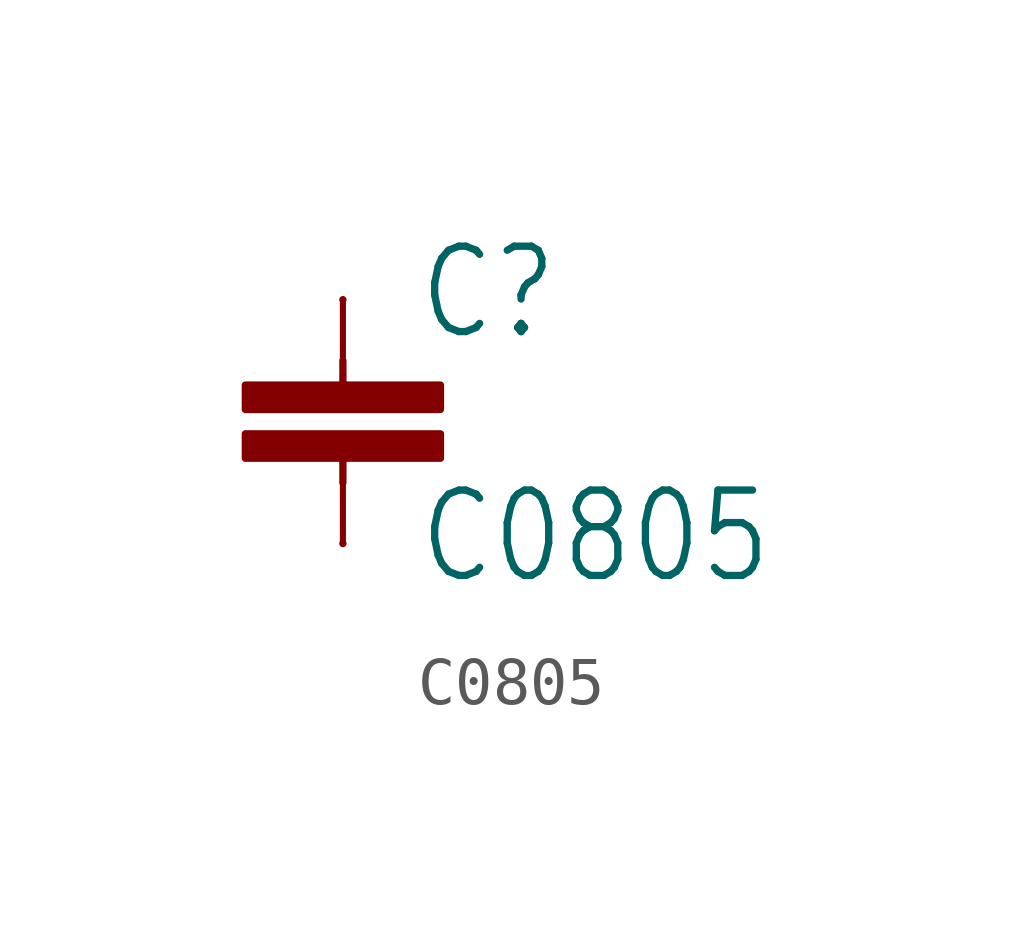
<source format=kicad_sym>
(kicad_symbol_lib
  (version 20211014)
  (generator kicad_symbol_editor)
  (symbol "C0805"
    (property "Reference" "C"
      (at 1.524 1.651 0)
      (effects (font (size 1.778 1.511)) (justify left bottom)))
    (property "Value" "C0805"
      (at 1.524 -3.429 0)
      (effects (font (size 1.778 1.511)) (justify left bottom)))
    (property "ki_locked" ""
      (at 0 0 0)
      (effects (font (size 1.27 1.27))))
    (symbol "C0805_1_0"
      (rectangle (start -2.032 -0.762) (end 2.032 -0.254) (stroke (width 0) (type default) (color 0 0 0 0)) (fill (type outline)))
      (rectangle (start -2.032 0.254) (end 2.032 0.762) (stroke (width 0) (type default) (color 0 0 0 0)) (fill (type outline)))
      (polyline (pts (xy 0 -1.27) (xy 0 -2.54)) (stroke (width 0.127) (type default) (color 0 0 0 0)) (fill (type none)))
      (polyline (pts (xy 0 -1.27) (xy 0 -0.762)) (stroke (width 0.152) (type default) (color 0 0 0 0)) (fill (type none)))
      (polyline (pts (xy 0 1.27) (xy 0 0.762)) (stroke (width 0.152) (type default) (color 0 0 0 0)) (fill (type none)))
      (polyline (pts (xy 0 1.27) (xy 0 2.54)) (stroke (width 0.127) (type default) (color 0 0 0 0)) (fill (type none)))
      (pin passive line (at 0 2.54 270) (length 0) (name "1" (effects (font (size 0 0)))) (number "1" (effects (font (size 0 0)))))
      (pin passive line (at 0 -2.54 90) (length 0) (name "2" (effects (font (size 0 0)))) (number "2" (effects (font (size 0 0))))))))
</source>
